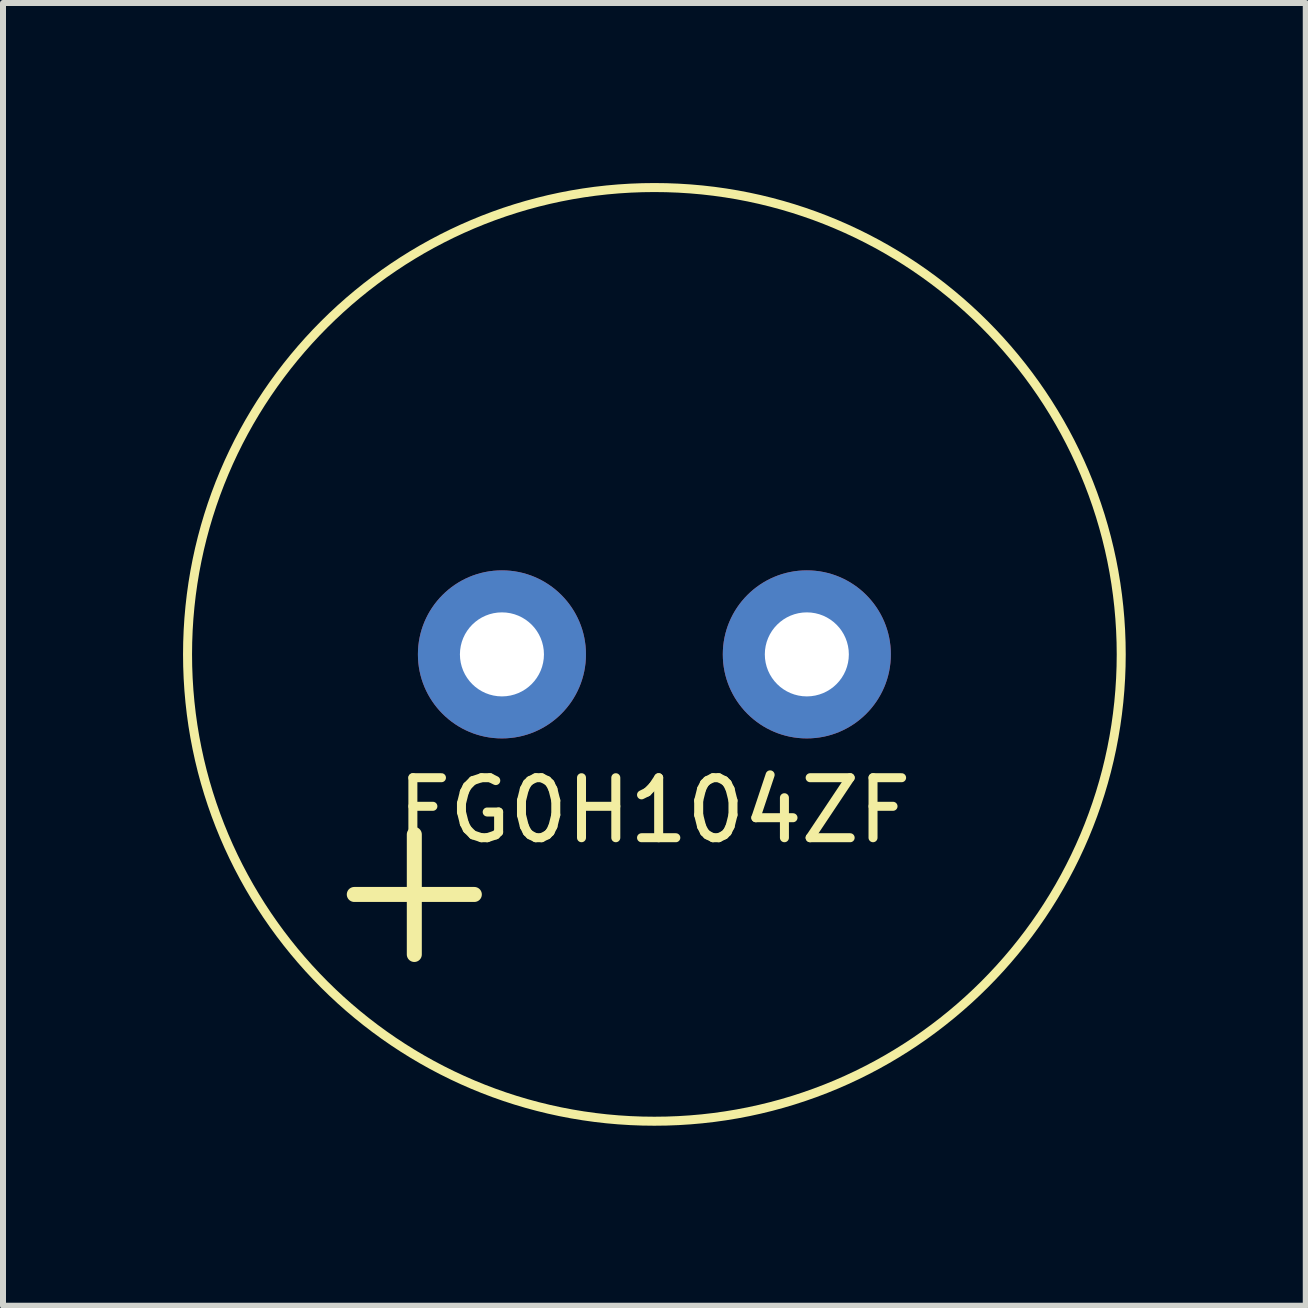
<source format=kicad_pcb>
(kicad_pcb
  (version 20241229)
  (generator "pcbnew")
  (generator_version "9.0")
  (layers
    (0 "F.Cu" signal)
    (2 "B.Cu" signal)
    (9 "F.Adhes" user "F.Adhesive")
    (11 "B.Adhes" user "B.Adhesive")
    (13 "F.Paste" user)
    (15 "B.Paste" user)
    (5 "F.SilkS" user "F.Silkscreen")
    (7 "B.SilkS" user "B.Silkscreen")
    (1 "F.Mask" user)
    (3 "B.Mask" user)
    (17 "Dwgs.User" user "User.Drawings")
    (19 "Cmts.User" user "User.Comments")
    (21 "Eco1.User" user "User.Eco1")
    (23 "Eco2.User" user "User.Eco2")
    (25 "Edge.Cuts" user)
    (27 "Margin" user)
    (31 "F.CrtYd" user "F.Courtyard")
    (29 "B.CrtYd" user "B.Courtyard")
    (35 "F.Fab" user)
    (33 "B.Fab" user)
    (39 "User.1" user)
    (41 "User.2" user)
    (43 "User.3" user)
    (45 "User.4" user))
  (footprint "FG0H104ZF"
    (layer "F.Cu")
    (at 7.853 7.853)
    (property "Reference" "FG0H104ZF" (at 0 2.6 0) (layer "F.SilkS") (effects (font (size 1 1) (thickness 0.15))))
    (attr through_hole)
    (fp_line (start -5 4) (end -3 4) (stroke (width 0.25) (type solid)) (layer "F.SilkS"))
    (fp_line (start -4 3) (end -4 5) (stroke (width 0.25) (type solid)) (layer "F.SilkS"))
    (fp_circle (center 0 0) (end 5.5 -5.5) (stroke (width 0.15) (type solid)) (fill no) (layer "F.SilkS"))
    (pad "1" thru_hole circle (at -2.54 0) (size 2.8 2.8) (drill 1.4) (layers "*.Cu" "*.Mask"))
    (pad "2" thru_hole circle (at 2.54 0) (size 2.8 2.8) (drill 1.4) (layers "*.Cu" "*.Mask")))
  (gr_rect
    (start -3 -3)
    (end 18.706 18.706)
    (stroke (width 0.1) (type default))
    (fill no)
    (layer "Edge.Cuts")))
</source>
